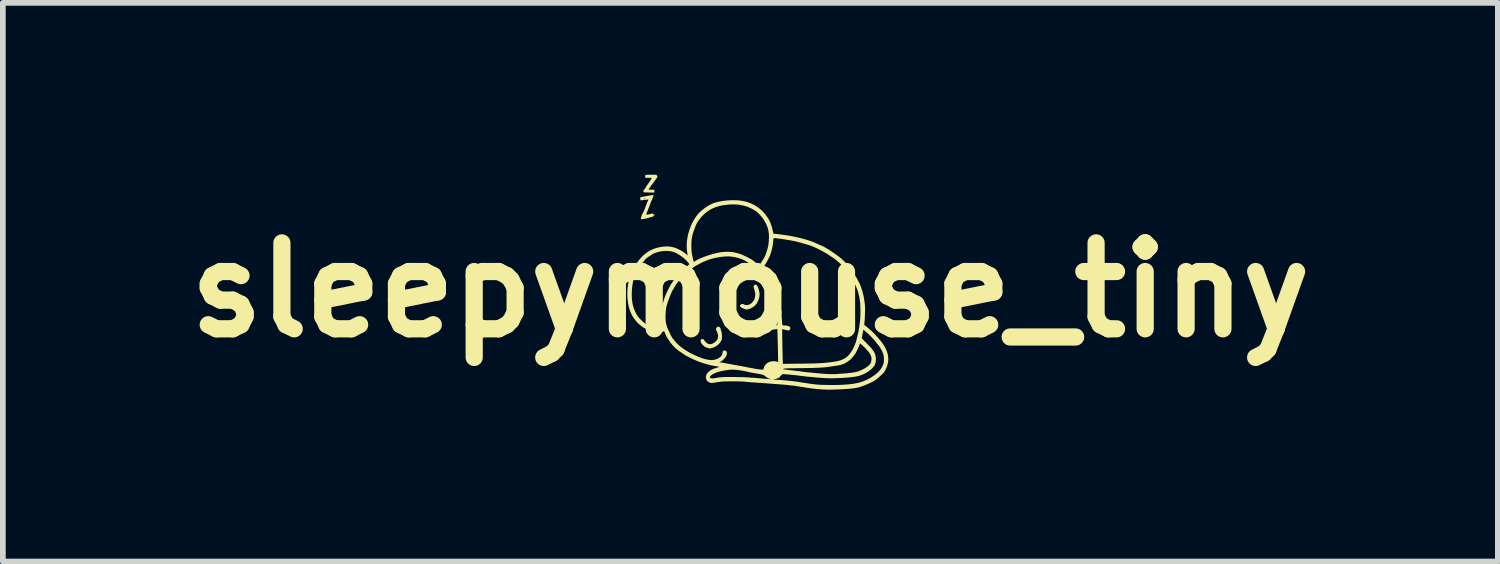
<source format=kicad_pcb>
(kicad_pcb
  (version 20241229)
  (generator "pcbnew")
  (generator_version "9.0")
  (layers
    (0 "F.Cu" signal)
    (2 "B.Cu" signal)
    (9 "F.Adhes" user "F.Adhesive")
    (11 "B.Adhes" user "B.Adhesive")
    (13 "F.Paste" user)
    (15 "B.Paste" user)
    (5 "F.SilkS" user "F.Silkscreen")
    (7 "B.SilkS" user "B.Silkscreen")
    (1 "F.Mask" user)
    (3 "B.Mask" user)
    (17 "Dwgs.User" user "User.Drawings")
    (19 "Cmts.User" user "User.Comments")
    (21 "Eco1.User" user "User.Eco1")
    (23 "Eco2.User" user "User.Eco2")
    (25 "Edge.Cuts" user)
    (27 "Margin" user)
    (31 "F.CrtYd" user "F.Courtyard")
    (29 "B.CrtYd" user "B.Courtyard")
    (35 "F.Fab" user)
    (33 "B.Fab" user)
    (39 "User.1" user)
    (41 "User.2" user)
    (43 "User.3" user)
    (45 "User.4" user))
  (footprint "sleepymouse_tiny"
    (layer "F.Cu")
    (at 10.05 2.012)
    (property "Reference" "sleepymouse_tiny" (at 0 0 0) (layer "F.SilkS") (effects (font (size 1.5 1.5) (thickness 0.3))))
    (attr board_only exclude_from_pos_files exclude_from_bom)
    (fp_poly (pts (xy 0.106 -0.087) (xy 0.119 -0.073) (xy 0.125 -0.063) (xy 0.133 -0.044) (xy 0.142 -0.018) (xy 0.15 0.009) (xy 0.156 0.036) (xy 0.16 0.059) (xy 0.161 0.072) (xy 0.158 0.112) (xy 0.148 0.154) (xy 0.133 0.194) (xy 0.114 0.231) (xy 0.091 0.261) (xy 0.079 0.274) (xy 0.052 0.295) (xy 0.022 0.313) (xy -0.009 0.328) (xy -0.038 0.337) (xy -0.064 0.341) (xy -0.086 0.339) (xy -0.09 0.337) (xy -0.1 0.333) (xy -0.115 0.327) (xy -0.128 0.322) (xy -0.155 0.31) (xy -0.173 0.297) (xy -0.18 0.284) (xy -0.179 0.27) (xy -0.169 0.256) (xy -0.153 0.246) (xy -0.134 0.245) (xy -0.115 0.251) (xy -0.111 0.254) (xy -0.095 0.261) (xy -0.073 0.264) (xy -0.049 0.263) (xy -0.024 0.257) (xy -0.012 0.252) (xy 0.017 0.233) (xy 0.043 0.207) (xy 0.064 0.175) (xy 0.075 0.149) (xy 0.085 0.105) (xy 0.085 0.06) (xy 0.078 0.024) (xy 0.069 -0.007) (xy 0.063 -0.03) (xy 0.059 -0.046) (xy 0.057 -0.058) (xy 0.057 -0.066) (xy 0.059 -0.071) (xy 0.061 -0.076) (xy 0.063 -0.078) (xy 0.076 -0.09) (xy 0.091 -0.093)) (stroke (width 0) (type solid)) (fill yes) (layer "F.SilkS"))
    (fp_poly (pts (xy -0.545 0.644) (xy -0.532 0.655) (xy -0.522 0.67) (xy -0.52 0.677) (xy -0.517 0.689) (xy -0.513 0.706) (xy -0.507 0.725) (xy -0.506 0.728) (xy -0.5 0.754) (xy -0.497 0.781) (xy -0.496 0.813) (xy -0.496 0.836) (xy -0.497 0.852) (xy -0.5 0.865) (xy -0.504 0.877) (xy -0.512 0.892) (xy -0.513 0.894) (xy -0.539 0.932) (xy -0.572 0.964) (xy -0.613 0.991) (xy -0.66 1.01) (xy -0.669 1.013) (xy -0.688 1.018) (xy -0.703 1.02) (xy -0.718 1.019) (xy -0.738 1.014) (xy -0.741 1.013) (xy -0.774 1.002) (xy -0.801 0.987) (xy -0.826 0.965) (xy -0.827 0.964) (xy -0.85 0.938) (xy -0.863 0.914) (xy -0.869 0.893) (xy -0.866 0.875) (xy -0.859 0.865) (xy -0.846 0.857) (xy -0.831 0.856) (xy -0.818 0.862) (xy -0.811 0.871) (xy -0.801 0.884) (xy -0.796 0.891) (xy -0.773 0.918) (xy -0.746 0.937) (xy -0.718 0.946) (xy -0.688 0.946) (xy -0.657 0.936) (xy -0.626 0.917) (xy -0.608 0.901) (xy -0.591 0.884) (xy -0.58 0.87) (xy -0.573 0.856) (xy -0.569 0.845) (xy -0.565 0.828) (xy -0.562 0.812) (xy -0.562 0.805) (xy -0.563 0.793) (xy -0.567 0.775) (xy -0.573 0.755) (xy -0.58 0.736) (xy -0.586 0.72) (xy -0.592 0.71) (xy -0.593 0.708) (xy -0.598 0.699) (xy -0.601 0.686) (xy -0.601 0.685) (xy -0.597 0.669) (xy -0.586 0.654) (xy -0.573 0.643) (xy -0.559 0.64)) (stroke (width 0) (type solid)) (fill yes) (layer "F.SilkS"))
    (fp_poly (pts (xy -1.631 -1.996) (xy -1.624 -1.984) (xy -1.622 -1.974) (xy -1.626 -1.965) (xy -1.636 -1.952) (xy -1.639 -1.948) (xy -1.651 -1.932) (xy -1.665 -1.913) (xy -1.674 -1.9) (xy -1.687 -1.881) (xy -1.703 -1.859) (xy -1.712 -1.848) (xy -1.724 -1.831) (xy -1.737 -1.814) (xy -1.743 -1.804) (xy -1.754 -1.789) (xy -1.765 -1.774) (xy -1.767 -1.772) (xy -1.774 -1.762) (xy -1.776 -1.755) (xy -1.775 -1.754) (xy -1.769 -1.753) (xy -1.756 -1.751) (xy -1.737 -1.75) (xy -1.727 -1.75) (xy -1.707 -1.75) (xy -1.691 -1.749) (xy -1.681 -1.749) (xy -1.679 -1.749) (xy -1.677 -1.744) (xy -1.675 -1.733) (xy -1.675 -1.724) (xy -1.675 -1.7) (xy -1.732 -1.701) (xy -1.761 -1.701) (xy -1.79 -1.702) (xy -1.817 -1.703) (xy -1.831 -1.703) (xy -1.851 -1.704) (xy -1.863 -1.706) (xy -1.868 -1.708) (xy -1.869 -1.712) (xy -1.868 -1.712) (xy -1.866 -1.723) (xy -1.866 -1.734) (xy -1.863 -1.745) (xy -1.856 -1.75) (xy -1.848 -1.756) (xy -1.839 -1.768) (xy -1.836 -1.774) (xy -1.828 -1.79) (xy -1.816 -1.809) (xy -1.811 -1.817) (xy -1.785 -1.854) (xy -1.763 -1.886) (xy -1.745 -1.913) (xy -1.732 -1.933) (xy -1.724 -1.947) (xy -1.722 -1.954) (xy -1.722 -1.954) (xy -1.728 -1.956) (xy -1.741 -1.957) (xy -1.76 -1.958) (xy -1.78 -1.958) (xy -1.836 -1.958) (xy -1.836 -1.982) (xy -1.836 -1.997) (xy -1.833 -2.004) (xy -1.827 -2.008) (xy -1.821 -2.009) (xy -1.811 -2.01) (xy -1.793 -2.011) (xy -1.77 -2.012) (xy -1.743 -2.012) (xy -1.723 -2.012) (xy -1.641 -2.012)) (stroke (width 0) (type solid)) (fill yes) (layer "F.SilkS"))
    (fp_poly (pts (xy -1.697 -1.629) (xy -1.703 -1.614) (xy -1.708 -1.602) (xy -1.709 -1.597) (xy -1.711 -1.59) (xy -1.716 -1.578) (xy -1.724 -1.561) (xy -1.726 -1.557) (xy -1.734 -1.538) (xy -1.741 -1.522) (xy -1.745 -1.51) (xy -1.746 -1.509) (xy -1.749 -1.5) (xy -1.755 -1.484) (xy -1.762 -1.464) (xy -1.771 -1.441) (xy -1.78 -1.419) (xy -1.788 -1.398) (xy -1.794 -1.382) (xy -1.797 -1.375) (xy -1.808 -1.35) (xy -1.814 -1.333) (xy -1.816 -1.322) (xy -1.813 -1.316) (xy -1.807 -1.314) (xy -1.805 -1.314) (xy -1.793 -1.315) (xy -1.777 -1.318) (xy -1.758 -1.323) (xy -1.742 -1.327) (xy -1.73 -1.332) (xy -1.726 -1.334) (xy -1.717 -1.335) (xy -1.706 -1.333) (xy -1.696 -1.328) (xy -1.693 -1.321) (xy -1.693 -1.316) (xy -1.693 -1.307) (xy -1.688 -1.304) (xy -1.682 -1.306) (xy -1.683 -1.315) (xy -1.683 -1.316) (xy -1.683 -1.326) (xy -1.679 -1.328) (xy -1.674 -1.323) (xy -1.673 -1.32) (xy -1.674 -1.31) (xy -1.68 -1.298) (xy -1.69 -1.287) (xy -1.693 -1.285) (xy -1.701 -1.282) (xy -1.716 -1.277) (xy -1.737 -1.271) (xy -1.761 -1.264) (xy -1.771 -1.261) (xy -1.802 -1.252) (xy -1.832 -1.245) (xy -1.86 -1.24) (xy -1.883 -1.237) (xy -1.9 -1.236) (xy -1.909 -1.237) (xy -1.91 -1.238) (xy -1.911 -1.245) (xy -1.909 -1.258) (xy -1.905 -1.275) (xy -1.9 -1.293) (xy -1.893 -1.31) (xy -1.889 -1.319) (xy -1.871 -1.353) (xy -1.857 -1.383) (xy -1.844 -1.412) (xy -1.832 -1.446) (xy -1.831 -1.449) (xy -1.822 -1.473) (xy -1.813 -1.498) (xy -1.805 -1.518) (xy -1.8 -1.529) (xy -1.793 -1.546) (xy -1.787 -1.56) (xy -1.785 -1.567) (xy -1.781 -1.579) (xy -1.822 -1.575) (xy -1.845 -1.573) (xy -1.869 -1.57) (xy -1.887 -1.567) (xy -1.889 -1.567) (xy -1.904 -1.565) (xy -1.915 -1.564) (xy -1.918 -1.565) (xy -1.92 -1.571) (xy -1.921 -1.584) (xy -1.922 -1.593) (xy -1.922 -1.6) (xy -1.874 -1.6) (xy -1.873 -1.597) (xy -1.87 -1.597) (xy -1.867 -1.598) (xy -1.859 -1.598) (xy -1.854 -1.597) (xy -1.85 -1.597) (xy -1.84 -1.599) (xy -1.836 -1.602) (xy -1.84 -1.606) (xy -1.849 -1.605) (xy -1.856 -1.602) (xy -1.859 -1.598) (xy -1.867 -1.598) (xy -1.866 -1.599) (xy -1.867 -1.6) (xy -1.873 -1.601) (xy -1.874 -1.6) (xy -1.922 -1.6) (xy -1.922 -1.619) (xy -1.902 -1.622) (xy -1.89 -1.625) (xy -1.871 -1.628) (xy -1.847 -1.633) (xy -1.821 -1.638) (xy -1.817 -1.638) (xy -1.79 -1.643) (xy -1.762 -1.648) (xy -1.737 -1.652) (xy -1.719 -1.654) (xy -1.718 -1.654) (xy -1.685 -1.657)) (stroke (width 0) (type solid)) (fill yes) (layer "F.SilkS"))
    (fp_poly (pts (xy -0.222 -1.565) (xy -0.154 -1.557) (xy -0.093 -1.545) (xy -0.076 -1.541) (xy 0.001 -1.515) (xy 0.072 -1.481) (xy 0.136 -1.44) (xy 0.195 -1.391) (xy 0.248 -1.336) (xy 0.289 -1.282) (xy 0.324 -1.227) (xy 0.351 -1.169) (xy 0.373 -1.106) (xy 0.391 -1.036) (xy 0.391 -1.035) (xy 0.402 -0.983) (xy 0.476 -0.975) (xy 0.565 -0.964) (xy 0.647 -0.952) (xy 0.722 -0.939) (xy 0.791 -0.925) (xy 0.857 -0.91) (xy 0.921 -0.894) (xy 0.962 -0.882) (xy 1.008 -0.868) (xy 1.046 -0.855) (xy 1.078 -0.844) (xy 1.105 -0.834) (xy 1.128 -0.824) (xy 1.13 -0.823) (xy 1.163 -0.808) (xy 1.188 -0.796) (xy 1.207 -0.788) (xy 1.22 -0.782) (xy 1.229 -0.779) (xy 1.234 -0.777) (xy 1.236 -0.777) (xy 1.245 -0.774) (xy 1.26 -0.766) (xy 1.282 -0.755) (xy 1.308 -0.74) (xy 1.337 -0.722) (xy 1.369 -0.703) (xy 1.402 -0.682) (xy 1.434 -0.66) (xy 1.466 -0.639) (xy 1.495 -0.619) (xy 1.515 -0.604) (xy 1.533 -0.59) (xy 1.553 -0.576) (xy 1.565 -0.567) (xy 1.58 -0.555) (xy 1.598 -0.538) (xy 1.619 -0.519) (xy 1.641 -0.498) (xy 1.661 -0.478) (xy 1.678 -0.459) (xy 1.69 -0.445) (xy 1.695 -0.44) (xy 1.706 -0.424) (xy 1.719 -0.409) (xy 1.72 -0.408) (xy 1.731 -0.395) (xy 1.743 -0.379) (xy 1.758 -0.358) (xy 1.777 -0.33) (xy 1.796 -0.301) (xy 1.81 -0.28) (xy 1.823 -0.259) (xy 1.835 -0.242) (xy 1.839 -0.235) (xy 1.85 -0.218) (xy 1.863 -0.196) (xy 1.876 -0.17) (xy 1.89 -0.144) (xy 1.903 -0.119) (xy 1.913 -0.097) (xy 1.92 -0.081) (xy 1.921 -0.077) (xy 1.927 -0.062) (xy 1.934 -0.042) (xy 1.942 -0.021) (xy 1.943 -0.017) (xy 1.955 0.02) (xy 1.967 0.066) (xy 1.979 0.119) (xy 1.989 0.18) (xy 1.993 0.208) (xy 1.996 0.233) (xy 1.999 0.255) (xy 2.001 0.276) (xy 2.002 0.299) (xy 2.002 0.325) (xy 2.002 0.356) (xy 2.001 0.395) (xy 2.001 0.4) (xy 2 0.437) (xy 1.998 0.472) (xy 1.997 0.506) (xy 1.995 0.534) (xy 1.993 0.556) (xy 1.992 0.564) (xy 1.987 0.608) (xy 2.005 0.622) (xy 2.033 0.645) (xy 2.062 0.67) (xy 2.091 0.695) (xy 2.118 0.719) (xy 2.142 0.742) (xy 2.16 0.76) (xy 2.166 0.766) (xy 2.184 0.786) (xy 2.203 0.807) (xy 2.221 0.826) (xy 2.222 0.828) (xy 2.277 0.892) (xy 2.322 0.954) (xy 2.358 1.015) (xy 2.384 1.075) (xy 2.401 1.134) (xy 2.408 1.192) (xy 2.406 1.249) (xy 2.397 1.294) (xy 2.39 1.32) (xy 2.379 1.349) (xy 2.366 1.378) (xy 2.354 1.405) (xy 2.343 1.424) (xy 2.33 1.441) (xy 2.311 1.462) (xy 2.287 1.485) (xy 2.26 1.51) (xy 2.232 1.534) (xy 2.204 1.557) (xy 2.178 1.576) (xy 2.157 1.59) (xy 2.152 1.593) (xy 2.114 1.612) (xy 2.081 1.628) (xy 2.05 1.642) (xy 2.02 1.655) (xy 1.988 1.668) (xy 1.95 1.681) (xy 1.906 1.696) (xy 1.905 1.697) (xy 1.882 1.703) (xy 1.852 1.709) (xy 1.817 1.715) (xy 1.777 1.72) (xy 1.751 1.723) (xy 1.724 1.726) (xy 1.689 1.728) (xy 1.65 1.731) (xy 1.606 1.733) (xy 1.561 1.735) (xy 1.515 1.737) (xy 1.469 1.739) (xy 1.427 1.74) (xy 1.389 1.741) (xy 1.357 1.741) (xy 1.332 1.74) (xy 1.326 1.74) (xy 1.259 1.737) (xy 1.197 1.732) (xy 1.139 1.727) (xy 1.082 1.721) (xy 1.024 1.713) (xy 0.961 1.703) (xy 0.891 1.692) (xy 0.884 1.691) (xy 0.851 1.685) (xy 0.816 1.68) (xy 0.783 1.675) (xy 0.754 1.672) (xy 0.742 1.67) (xy 0.719 1.668) (xy 0.7 1.666) (xy 0.685 1.664) (xy 0.679 1.663) (xy 0.672 1.662) (xy 0.656 1.66) (xy 0.632 1.658) (xy 0.602 1.655) (xy 0.565 1.652) (xy 0.524 1.649) (xy 0.478 1.645) (xy 0.429 1.642) (xy 0.378 1.638) (xy 0.326 1.634) (xy 0.273 1.63) (xy 0.221 1.626) (xy 0.171 1.622) (xy 0.123 1.619) (xy 0.078 1.616) (xy 0.049 1.614) (xy 0.014 1.612) (xy -0.02 1.609) (xy -0.052 1.606) (xy -0.079 1.604) (xy -0.099 1.602) (xy -0.103 1.601) (xy -0.121 1.599) (xy -0.147 1.598) (xy -0.18 1.597) (xy -0.218 1.596) (xy -0.259 1.595) (xy -0.302 1.595) (xy -0.345 1.595) (xy -0.387 1.596) (xy -0.427 1.597) (xy -0.461 1.598) (xy -0.49 1.599) (xy -0.511 1.601) (xy -0.513 1.601) (xy -0.537 1.605) (xy -0.567 1.609) (xy -0.598 1.614) (xy -0.619 1.617) (xy -0.644 1.621) (xy -0.662 1.623) (xy -0.676 1.624) (xy -0.687 1.623) (xy -0.697 1.621) (xy -0.705 1.619) (xy -0.733 1.606) (xy -0.754 1.588) (xy -0.769 1.565) (xy -0.77 1.561) (xy 0.369 1.561) (xy 0.376 1.562) (xy 0.381 1.561) (xy 0.397 1.561) (xy 0.403 1.562) (xy 0.416 1.564) (xy 0.437 1.566) (xy 0.462 1.568) (xy 0.492 1.57) (xy 0.501 1.57) (xy 0.549 1.574) (xy 0.599 1.578) (xy 0.65 1.583) (xy 0.699 1.588) (xy 0.745 1.593) (xy 0.786 1.598) (xy 0.819 1.602) (xy 0.83 1.604) (xy 0.847 1.607) (xy 0.866 1.61) (xy 0.886 1.613) (xy 0.911 1.617) (xy 0.94 1.622) (xy 0.976 1.627) (xy 1.019 1.634) (xy 1.05 1.638) (xy 1.085 1.643) (xy 1.124 1.648) (xy 1.162 1.652) (xy 1.196 1.654) (xy 1.204 1.655) (xy 1.25 1.657) (xy 1.304 1.658) (xy 1.362 1.659) (xy 1.422 1.66) (xy 1.482 1.659) (xy 1.539 1.658) (xy 1.59 1.657) (xy 1.619 1.655) (xy 1.694 1.65) (xy 1.762 1.643) (xy 1.822 1.634) (xy 1.878 1.623) (xy 1.929 1.609) (xy 1.979 1.591) (xy 2.027 1.571) (xy 2.041 1.564) (xy 2.111 1.526) (xy 2.171 1.486) (xy 2.222 1.444) (xy 2.264 1.399) (xy 2.297 1.351) (xy 2.318 1.304) (xy 2.325 1.286) (xy 2.328 1.271) (xy 2.331 1.255) (xy 2.331 1.236) (xy 2.332 1.211) (xy 2.331 1.182) (xy 2.329 1.159) (xy 2.325 1.139) (xy 2.319 1.117) (xy 2.319 1.115) (xy 2.308 1.087) (xy 2.293 1.055) (xy 2.275 1.022) (xy 2.256 0.992) (xy 2.237 0.966) (xy 2.229 0.957) (xy 2.215 0.941) (xy 2.202 0.924) (xy 2.196 0.916) (xy 2.188 0.905) (xy 2.175 0.89) (xy 2.159 0.87) (xy 2.14 0.849) (xy 2.131 0.839) (xy 2.106 0.814) (xy 2.083 0.791) (xy 2.06 0.768) (xy 2.034 0.745) (xy 2.002 0.718) (xy 1.989 0.707) (xy 1.973 0.693) (xy 1.971 0.704) (xy 1.969 0.714) (xy 1.966 0.73) (xy 1.962 0.751) (xy 1.958 0.769) (xy 1.954 0.792) (xy 1.95 0.812) (xy 1.947 0.827) (xy 1.946 0.834) (xy 1.946 0.838) (xy 1.949 0.844) (xy 1.955 0.853) (xy 1.966 0.866) (xy 1.982 0.883) (xy 2.004 0.905) (xy 2.023 0.924) (xy 2.046 0.947) (xy 2.067 0.969) (xy 2.085 0.987) (xy 2.099 1.002) (xy 2.108 1.011) (xy 2.11 1.014) (xy 2.134 1.046) (xy 2.153 1.073) (xy 2.167 1.097) (xy 2.177 1.12) (xy 2.184 1.143) (xy 2.187 1.156) (xy 2.192 1.191) (xy 2.191 1.229) (xy 2.186 1.266) (xy 2.176 1.299) (xy 2.167 1.318) (xy 2.146 1.347) (xy 2.117 1.378) (xy 2.082 1.407) (xy 2.041 1.435) (xy 1.997 1.46) (xy 1.985 1.466) (xy 1.953 1.48) (xy 1.921 1.492) (xy 1.887 1.502) (xy 1.85 1.51) (xy 1.808 1.517) (xy 1.76 1.523) (xy 1.705 1.528) (xy 1.673 1.531) (xy 1.598 1.536) (xy 1.531 1.539) (xy 1.468 1.541) (xy 1.408 1.542) (xy 1.348 1.541) (xy 1.286 1.538) (xy 1.22 1.534) (xy 1.149 1.528) (xy 1.099 1.523) (xy 1.055 1.519) (xy 1.012 1.515) (xy 0.972 1.511) (xy 0.937 1.507) (xy 0.906 1.503) (xy 0.881 1.5) (xy 0.864 1.498) (xy 0.857 1.497) (xy 0.848 1.495) (xy 0.832 1.493) (xy 0.812 1.491) (xy 0.798 1.49) (xy 0.774 1.487) (xy 0.744 1.484) (xy 0.712 1.481) (xy 0.681 1.478) (xy 0.654 1.475) (xy 0.627 1.473) (xy 0.604 1.471) (xy 0.588 1.47) (xy 0.586 1.47) (xy 0.571 1.47) (xy 0.561 1.472) (xy 0.552 1.478) (xy 0.541 1.488) (xy 0.533 1.495) (xy 0.521 1.508) (xy 0.512 1.519) (xy 0.508 1.525) (xy 0.508 1.525) (xy 0.504 1.53) (xy 0.492 1.536) (xy 0.476 1.543) (xy 0.457 1.549) (xy 0.439 1.554) (xy 0.424 1.556) (xy 0.409 1.558) (xy 0.4 1.56) (xy 0.397 1.561) (xy 0.381 1.561) (xy 0.383 1.561) (xy 0.382 1.56) (xy 0.372 1.559) (xy 0.37 1.56) (xy 0.369 1.561) (xy -0.77 1.561) (xy -0.776 1.539) (xy -0.776 1.522) (xy -0.708 1.522) (xy -0.704 1.533) (xy -0.691 1.541) (xy -0.671 1.544) (xy -0.645 1.544) (xy -0.613 1.539) (xy -0.601 1.537) (xy -0.578 1.532) (xy -0.553 1.528) (xy -0.527 1.525) (xy -0.497 1.523) (xy -0.463 1.521) (xy -0.423 1.52) (xy -0.377 1.52) (xy -0.323 1.52) (xy -0.269 1.52) (xy -0.225 1.521) (xy -0.185 1.522) (xy -0.148 1.522) (xy -0.116 1.523) (xy -0.089 1.524) (xy -0.07 1.525) (xy -0.06 1.525) (xy -0.059 1.525) (xy -0.048 1.526) (xy -0.03 1.528) (xy -0.006 1.53) (xy 0.022 1.532) (xy 0.046 1.533) (xy 0.078 1.535) (xy 0.109 1.538) (xy 0.137 1.54) (xy 0.16 1.542) (xy 0.171 1.543) (xy 0.192 1.545) (xy 0.218 1.548) (xy 0.246 1.55) (xy 0.264 1.551) (xy 0.286 1.552) (xy 0.304 1.553) (xy 0.317 1.554) (xy 0.321 1.555) (xy 0.326 1.556) (xy 0.337 1.556) (xy 0.343 1.557) (xy 0.364 1.557) (xy 0.345 1.553) (xy 0.317 1.543) (xy 0.287 1.527) (xy 0.261 1.507) (xy 0.256 1.503) (xy 0.247 1.496) (xy 0.237 1.489) (xy 0.225 1.484) (xy 0.21 1.479) (xy 0.189 1.474) (xy 0.163 1.469) (xy 0.129 1.462) (xy 0.1 1.458) (xy 0.053 1.449) (xy 0.006 1.441) (xy -0.036 1.432) (xy -0.051 1.428) (xy -0.127 1.412) (xy -0.194 1.401) (xy -0.256 1.394) (xy -0.311 1.391) (xy -0.363 1.393) (xy -0.408 1.399) (xy -0.465 1.409) (xy -0.514 1.419) (xy -0.555 1.429) (xy -0.589 1.44) (xy -0.619 1.452) (xy -0.645 1.465) (xy -0.652 1.469) (xy -0.679 1.486) (xy -0.697 1.501) (xy -0.706 1.514) (xy -0.708 1.522) (xy -0.776 1.522) (xy -0.776 1.511) (xy -0.768 1.482) (xy -0.752 1.453) (xy -0.733 1.432) (xy -0.707 1.411) (xy -0.676 1.392) (xy -0.639 1.375) (xy -0.593 1.36) (xy -0.562 1.351) (xy -0.55 1.348) (xy -0.544 1.345) (xy -0.543 1.343) (xy -0.548 1.341) (xy -0.56 1.338) (xy -0.58 1.334) (xy -0.609 1.33) (xy -0.615 1.329) (xy -0.663 1.32) (xy -0.714 1.309) (xy -0.766 1.295) (xy -0.818 1.28) (xy -0.866 1.264) (xy -0.909 1.248) (xy -0.934 1.238) (xy -0.953 1.229) (xy -0.97 1.222) (xy -0.98 1.217) (xy -0.984 1.216) (xy -0.989 1.214) (xy -1.001 1.208) (xy -1.019 1.2) (xy -1.039 1.19) (xy -1.061 1.179) (xy -1.083 1.168) (xy -1.103 1.158) (xy -1.118 1.15) (xy -1.123 1.148) (xy -1.141 1.137) (xy -1.158 1.126) (xy -1.167 1.119) (xy -1.18 1.11) (xy -1.197 1.098) (xy -1.216 1.086) (xy -1.217 1.085) (xy -1.248 1.065) (xy -1.281 1.038) (xy -1.314 1.009) (xy -1.345 0.978) (xy -1.372 0.948) (xy -1.394 0.92) (xy -1.398 0.914) (xy -1.41 0.895) (xy -1.424 0.876) (xy -1.432 0.864) (xy -1.446 0.845) (xy -1.458 0.825) (xy -1.47 0.801) (xy -1.483 0.771) (xy -1.486 0.764) (xy -1.502 0.725) (xy -1.522 0.726) (xy -1.575 0.728) (xy -1.621 0.729) (xy -1.659 0.727) (xy -1.691 0.724) (xy -1.715 0.719) (xy -1.737 0.713) (xy -1.755 0.708) (xy -1.771 0.702) (xy -1.791 0.694) (xy -1.815 0.683) (xy -1.822 0.68) (xy -1.872 0.653) (xy -1.921 0.617) (xy -1.968 0.574) (xy -2.011 0.525) (xy -2.049 0.472) (xy -2.078 0.42) (xy -2.104 0.358) (xy -2.124 0.29) (xy -2.138 0.217) (xy -2.146 0.141) (xy -2.148 0.089) (xy -2.071 0.089) (xy -2.071 0.092) (xy -2.067 0.17) (xy -2.057 0.242) (xy -2.039 0.31) (xy -2.014 0.373) (xy -1.997 0.408) (xy -1.985 0.429) (xy -1.975 0.445) (xy -1.966 0.459) (xy -1.956 0.472) (xy -1.944 0.486) (xy -1.928 0.503) (xy -1.906 0.525) (xy -1.901 0.53) (xy -1.863 0.566) (xy -1.825 0.594) (xy -1.785 0.616) (xy -1.74 0.633) (xy -1.688 0.647) (xy -1.678 0.65) (xy -1.667 0.651) (xy -1.65 0.652) (xy -1.629 0.652) (xy -1.607 0.652) (xy -1.584 0.652) (xy -1.565 0.652) (xy -1.55 0.651) (xy -1.542 0.649) (xy -1.541 0.649) (xy -1.541 0.644) (xy -1.543 0.631) (xy -1.545 0.614) (xy -1.546 0.608) (xy -1.551 0.568) (xy -1.555 0.523) (xy -1.556 0.474) (xy -1.556 0.464) (xy -1.481 0.464) (xy -1.48 0.51) (xy -1.477 0.549) (xy -1.471 0.585) (xy -1.462 0.62) (xy -1.457 0.637) (xy -1.451 0.655) (xy -1.441 0.679) (xy -1.429 0.706) (xy -1.416 0.734) (xy -1.402 0.763) (xy -1.389 0.79) (xy -1.376 0.814) (xy -1.366 0.832) (xy -1.358 0.844) (xy -1.357 0.845) (xy -1.348 0.856) (xy -1.336 0.87) (xy -1.325 0.884) (xy -1.296 0.919) (xy -1.265 0.951) (xy -1.228 0.983) (xy -1.185 1.016) (xy -1.163 1.031) (xy -1.137 1.048) (xy -1.115 1.063) (xy -1.093 1.076) (xy -1.07 1.089) (xy -1.043 1.103) (xy -1.011 1.12) (xy -0.991 1.129) (xy -0.917 1.163) (xy -0.849 1.19) (xy -0.786 1.209) (xy -0.73 1.22) (xy -0.679 1.224) (xy -0.637 1.221) (xy -0.601 1.212) (xy -0.565 1.197) (xy -0.534 1.178) (xy -0.526 1.171) (xy -0.509 1.153) (xy -0.495 1.131) (xy -0.486 1.106) (xy -0.484 1.088) (xy -0.48 1.071) (xy -0.469 1.059) (xy -0.453 1.055) (xy -0.453 1.055) (xy -0.438 1.059) (xy -0.423 1.069) (xy -0.412 1.081) (xy -0.411 1.084) (xy -0.409 1.1) (xy -0.411 1.121) (xy -0.417 1.143) (xy -0.423 1.159) (xy -0.434 1.175) (xy -0.45 1.194) (xy -0.47 1.214) (xy -0.491 1.233) (xy -0.509 1.247) (xy -0.52 1.253) (xy -0.545 1.265) (xy -0.527 1.265) (xy -0.518 1.266) (xy -0.5 1.268) (xy -0.476 1.272) (xy -0.448 1.277) (xy -0.417 1.283) (xy -0.408 1.285) (xy -0.368 1.292) (xy -0.323 1.3) (xy -0.277 1.309) (xy -0.234 1.316) (xy -0.205 1.321) (xy -0.173 1.327) (xy -0.142 1.332) (xy -0.115 1.337) (xy -0.094 1.342) (xy -0.079 1.345) (xy -0.078 1.345) (xy -0.058 1.35) (xy -0.038 1.354) (xy -0.029 1.355) (xy -0.015 1.357) (xy 0.006 1.361) (xy 0.029 1.366) (xy 0.043 1.368) (xy 0.083 1.376) (xy 0.121 1.382) (xy 0.156 1.387) (xy 0.185 1.39) (xy 0.201 1.391) (xy 0.224 1.392) (xy 0.227 1.38) (xy 0.576 1.38) (xy 0.577 1.386) (xy 0.577 1.387) (xy 0.583 1.388) (xy 0.597 1.389) (xy 0.617 1.391) (xy 0.642 1.394) (xy 0.67 1.398) (xy 0.7 1.401) (xy 0.73 1.405) (xy 0.759 1.408) (xy 0.784 1.411) (xy 0.805 1.413) (xy 0.808 1.414) (xy 0.835 1.417) (xy 0.862 1.42) (xy 0.885 1.424) (xy 0.901 1.426) (xy 0.916 1.428) (xy 0.939 1.431) (xy 0.966 1.434) (xy 0.995 1.437) (xy 1.006 1.438) (xy 1.041 1.441) (xy 1.08 1.445) (xy 1.119 1.449) (xy 1.153 1.453) (xy 1.155 1.453) (xy 1.235 1.46) (xy 1.308 1.466) (xy 1.373 1.469) (xy 1.434 1.47) (xy 1.49 1.469) (xy 1.543 1.465) (xy 1.572 1.463) (xy 1.602 1.461) (xy 1.63 1.459) (xy 1.643 1.458) (xy 1.69 1.454) (xy 1.736 1.449) (xy 1.78 1.444) (xy 1.819 1.437) (xy 1.852 1.43) (xy 1.878 1.424) (xy 1.885 1.421) (xy 1.945 1.396) (xy 1.996 1.37) (xy 2.039 1.341) (xy 2.056 1.327) (xy 2.074 1.311) (xy 2.087 1.297) (xy 2.096 1.285) (xy 2.102 1.271) (xy 2.105 1.264) (xy 2.115 1.225) (xy 2.115 1.187) (xy 2.105 1.148) (xy 2.086 1.111) (xy 2.075 1.095) (xy 2.034 1.046) (xy 1.994 1.002) (xy 1.949 0.961) (xy 1.938 0.952) (xy 1.916 0.933) (xy 1.9 0.973) (xy 1.892 0.993) (xy 1.882 1.015) (xy 1.871 1.039) (xy 1.859 1.062) (xy 1.849 1.083) (xy 1.84 1.1) (xy 1.834 1.11) (xy 1.831 1.113) (xy 1.827 1.119) (xy 1.819 1.129) (xy 1.811 1.142) (xy 1.776 1.185) (xy 1.735 1.225) (xy 1.688 1.259) (xy 1.637 1.287) (xy 1.584 1.307) (xy 1.546 1.316) (xy 1.535 1.317) (xy 1.516 1.32) (xy 1.492 1.324) (xy 1.464 1.328) (xy 1.433 1.332) (xy 1.402 1.337) (xy 1.373 1.341) (xy 1.347 1.345) (xy 1.327 1.348) (xy 1.323 1.348) (xy 1.293 1.351) (xy 1.253 1.354) (xy 1.204 1.357) (xy 1.145 1.359) (xy 1.077 1.362) (xy 1 1.363) (xy 0.915 1.365) (xy 0.867 1.365) (xy 0.806 1.366) (xy 0.754 1.367) (xy 0.71 1.367) (xy 0.674 1.368) (xy 0.645 1.369) (xy 0.622 1.37) (xy 0.605 1.371) (xy 0.593 1.372) (xy 0.584 1.374) (xy 0.579 1.376) (xy 0.577 1.378) (xy 0.576 1.38) (xy 0.227 1.38) (xy 0.232 1.366) (xy 0.247 1.329) (xy 0.27 1.298) (xy 0.299 1.273) (xy 0.334 1.256) (xy 0.374 1.246) (xy 0.408 1.244) (xy 0.429 1.245) (xy 0.45 1.248) (xy 0.464 1.252) (xy 0.485 1.259) (xy 0.482 1.097) (xy 0.481 1.051) (xy 0.48 1) (xy 0.479 0.948) (xy 0.477 0.898) (xy 0.476 0.852) (xy 0.475 0.812) (xy 0.475 0.809) (xy 0.472 0.683) (xy 0.442 0.686) (xy 0.425 0.689) (xy 0.402 0.692) (xy 0.376 0.697) (xy 0.354 0.701) (xy 0.33 0.706) (xy 0.308 0.71) (xy 0.29 0.712) (xy 0.28 0.713) (xy 0.262 0.709) (xy 0.25 0.698) (xy 0.245 0.682) (xy 0.245 0.677) (xy 0.248 0.667) (xy 0.254 0.659) (xy 0.267 0.652) (xy 0.269 0.651) (xy 0.286 0.645) (xy 0.307 0.638) (xy 0.322 0.635) (xy 0.341 0.631) (xy 0.359 0.627) (xy 0.369 0.625) (xy 0.38 0.622) (xy 0.399 0.62) (xy 0.42 0.617) (xy 0.427 0.617) (xy 0.471 0.613) (xy 0.473 0.552) (xy 0.471 0.46) (xy 0.462 0.369) (xy 0.444 0.278) (xy 0.419 0.185) (xy 0.385 0.09) (xy 0.343 -0.007) (xy 0.298 -0.095) (xy 0.276 -0.135) (xy 0.254 -0.171) (xy 0.229 -0.207) (xy 0.201 -0.245) (xy 0.18 -0.273) (xy 0.141 -0.321) (xy 0.104 -0.362) (xy 0.094 -0.371) (xy 0.209 -0.371) (xy 0.21 -0.364) (xy 0.217 -0.354) (xy 0.228 -0.339) (xy 0.281 -0.269) (xy 0.332 -0.189) (xy 0.381 -0.099) (xy 0.405 -0.052) (xy 0.447 0.039) (xy 0.481 0.13) (xy 0.508 0.222) (xy 0.528 0.316) (xy 0.543 0.415) (xy 0.551 0.521) (xy 0.552 0.529) (xy 0.554 0.563) (xy 0.556 0.587) (xy 0.558 0.603) (xy 0.56 0.613) (xy 0.562 0.616) (xy 0.571 0.618) (xy 0.585 0.62) (xy 0.596 0.62) (xy 0.628 0.622) (xy 0.654 0.627) (xy 0.675 0.634) (xy 0.688 0.643) (xy 0.689 0.644) (xy 0.697 0.661) (xy 0.697 0.679) (xy 0.687 0.695) (xy 0.686 0.696) (xy 0.676 0.704) (xy 0.664 0.708) (xy 0.647 0.706) (xy 0.626 0.701) (xy 0.606 0.695) (xy 0.585 0.69) (xy 0.578 0.689) (xy 0.555 0.685) (xy 0.558 0.917) (xy 0.559 0.967) (xy 0.56 1.016) (xy 0.561 1.064) (xy 0.562 1.108) (xy 0.563 1.147) (xy 0.563 1.181) (xy 0.564 1.207) (xy 0.565 1.22) (xy 0.568 1.291) (xy 0.837 1.287) (xy 0.891 1.287) (xy 0.946 1.286) (xy 0.999 1.285) (xy 1.049 1.284) (xy 1.096 1.283) (xy 1.137 1.282) (xy 1.172 1.281) (xy 1.198 1.28) (xy 1.204 1.279) (xy 1.272 1.275) (xy 1.339 1.269) (xy 1.401 1.262) (xy 1.458 1.254) (xy 1.509 1.245) (xy 1.553 1.235) (xy 1.567 1.23) (xy 1.601 1.218) (xy 1.636 1.201) (xy 1.668 1.181) (xy 1.695 1.161) (xy 1.702 1.154) (xy 1.735 1.117) (xy 1.766 1.073) (xy 1.795 1.022) (xy 1.82 0.967) (xy 1.842 0.91) (xy 1.858 0.852) (xy 1.864 0.827) (xy 1.87 0.802) (xy 1.875 0.78) (xy 1.878 0.769) (xy 1.884 0.742) (xy 1.89 0.707) (xy 1.897 0.667) (xy 1.904 0.624) (xy 1.91 0.58) (xy 1.913 0.562) (xy 1.916 0.527) (xy 1.919 0.487) (xy 1.921 0.442) (xy 1.922 0.395) (xy 1.922 0.347) (xy 1.921 0.301) (xy 1.919 0.259) (xy 1.917 0.222) (xy 1.913 0.193) (xy 1.913 0.19) (xy 1.9 0.118) (xy 1.885 0.056) (xy 1.87 0.003) (xy 1.861 -0.02) (xy 1.849 -0.049) (xy 1.834 -0.082) (xy 1.818 -0.115) (xy 1.802 -0.146) (xy 1.788 -0.173) (xy 1.78 -0.186) (xy 1.767 -0.206) (xy 1.752 -0.23) (xy 1.735 -0.255) (xy 1.718 -0.28) (xy 1.702 -0.304) (xy 1.688 -0.325) (xy 1.677 -0.341) (xy 1.669 -0.35) (xy 1.668 -0.352) (xy 1.658 -0.364) (xy 1.648 -0.379) (xy 1.646 -0.382) (xy 1.638 -0.393) (xy 1.632 -0.4) (xy 1.63 -0.4) (xy 1.625 -0.404) (xy 1.616 -0.413) (xy 1.602 -0.426) (xy 1.591 -0.438) (xy 1.561 -0.467) (xy 1.528 -0.497) (xy 1.493 -0.526) (xy 1.46 -0.551) (xy 1.441 -0.564) (xy 1.425 -0.574) (xy 1.404 -0.588) (xy 1.38 -0.603) (xy 1.355 -0.62) (xy 1.349 -0.624) (xy 1.308 -0.649) (xy 1.263 -0.674) (xy 1.216 -0.7) (xy 1.167 -0.724) (xy 1.119 -0.746) (xy 1.075 -0.764) (xy 1.035 -0.779) (xy 1.018 -0.784) (xy 1 -0.79) (xy 0.975 -0.797) (xy 0.946 -0.806) (xy 0.915 -0.815) (xy 0.898 -0.82) (xy 0.834 -0.837) (xy 0.767 -0.853) (xy 0.694 -0.867) (xy 0.615 -0.88) (xy 0.529 -0.893) (xy 0.496 -0.897) (xy 0.463 -0.901) (xy 0.44 -0.904) (xy 0.423 -0.905) (xy 0.412 -0.904) (xy 0.405 -0.899) (xy 0.402 -0.892) (xy 0.401 -0.88) (xy 0.4 -0.863) (xy 0.399 -0.855) (xy 0.394 -0.805) (xy 0.385 -0.751) (xy 0.373 -0.697) (xy 0.358 -0.646) (xy 0.343 -0.601) (xy 0.341 -0.597) (xy 0.333 -0.579) (xy 0.321 -0.555) (xy 0.308 -0.529) (xy 0.294 -0.504) (xy 0.279 -0.477) (xy 0.265 -0.454) (xy 0.25 -0.43) (xy 0.232 -0.405) (xy 0.211 -0.376) (xy 0.209 -0.371) (xy 0.094 -0.371) (xy 0.066 -0.398) (xy 0.027 -0.431) (xy -0.018 -0.464) (xy -0.037 -0.477) (xy -0.056 -0.489) (xy -0.079 -0.502) (xy -0.105 -0.516) (xy -0.13 -0.529) (xy -0.153 -0.539) (xy -0.17 -0.546) (xy -0.172 -0.546) (xy -0.226 -0.562) (xy -0.275 -0.573) (xy -0.318 -0.58) (xy -0.36 -0.585) (xy -0.402 -0.586) (xy -0.404 -0.586) (xy -0.463 -0.583) (xy -0.528 -0.575) (xy -0.599 -0.562) (xy -0.672 -0.545) (xy -0.713 -0.533) (xy -0.728 -0.528) (xy -0.748 -0.52) (xy -0.773 -0.511) (xy -0.799 -0.5) (xy -0.824 -0.489) (xy -0.846 -0.479) (xy -0.862 -0.471) (xy -0.867 -0.469) (xy -0.882 -0.46) (xy -0.901 -0.45) (xy -0.913 -0.443) (xy -0.938 -0.43) (xy -0.967 -0.411) (xy -0.999 -0.39) (xy -1.032 -0.367) (xy -1.062 -0.345) (xy -1.081 -0.33) (xy -1.103 -0.31) (xy -1.129 -0.286) (xy -1.156 -0.26) (xy -1.183 -0.233) (xy -1.208 -0.207) (xy -1.23 -0.183) (xy -1.247 -0.163) (xy -1.258 -0.149) (xy -1.27 -0.132) (xy -1.282 -0.116) (xy -1.29 -0.106) (xy -1.298 -0.094) (xy -1.309 -0.077) (xy -1.32 -0.057) (xy -1.323 -0.052) (xy -1.333 -0.033) (xy -1.344 -0.015) (xy -1.353 -0.002) (xy -1.355 0.000243) (xy -1.36 0.01) (xy -1.369 0.027) (xy -1.379 0.05) (xy -1.391 0.077) (xy -1.403 0.108) (xy -1.415 0.14) (xy -1.427 0.171) (xy -1.438 0.2) (xy -1.446 0.226) (xy -1.448 0.232) (xy -1.454 0.253) (xy -1.46 0.271) (xy -1.464 0.285) (xy -1.465 0.288) (xy -1.469 0.304) (xy -1.473 0.327) (xy -1.476 0.356) (xy -1.478 0.388) (xy -1.48 0.422) (xy -1.481 0.456) (xy -1.481 0.464) (xy -1.556 0.464) (xy -1.556 0.426) (xy -1.554 0.382) (xy -1.554 0.376) (xy -1.547 0.326) (xy -1.536 0.27) (xy -1.521 0.211) (xy -1.503 0.153) (xy -1.483 0.097) (xy -1.461 0.047) (xy -1.455 0.034) (xy -1.436 -0.003) (xy -1.419 -0.037) (xy -1.403 -0.068) (xy -1.389 -0.093) (xy -1.378 -0.112) (xy -1.371 -0.123) (xy -1.37 -0.124) (xy -1.347 -0.156) (xy -1.329 -0.181) (xy -1.314 -0.2) (xy -1.301 -0.216) (xy -1.29 -0.23) (xy -1.279 -0.243) (xy -1.272 -0.252) (xy -1.233 -0.294) (xy -1.196 -0.331) (xy -1.154 -0.369) (xy -1.15 -0.373) (xy -1.131 -0.39) (xy -1.111 -0.407) (xy -1.094 -0.422) (xy -1.088 -0.429) (xy -1.064 -0.45) (xy -1.085 -0.477) (xy -1.111 -0.508) (xy -1.142 -0.538) (xy -1.178 -0.568) (xy -1.214 -0.594) (xy -1.253 -0.62) (xy -1.287 -0.64) (xy -1.32 -0.655) (xy -1.354 -0.666) (xy -1.39 -0.675) (xy -1.391 -0.675) (xy -1.452 -0.682) (xy -1.515 -0.68) (xy -1.579 -0.671) (xy -1.641 -0.654) (xy -1.682 -0.638) (xy -1.698 -0.63) (xy -1.719 -0.618) (xy -1.741 -0.604) (xy -1.765 -0.588) (xy -1.787 -0.573) (xy -1.808 -0.558) (xy -1.825 -0.544) (xy -1.836 -0.534) (xy -1.841 -0.528) (xy -1.841 -0.527) (xy -1.844 -0.522) (xy -1.852 -0.512) (xy -1.864 -0.498) (xy -1.865 -0.497) (xy -1.88 -0.478) (xy -1.897 -0.457) (xy -1.908 -0.442) (xy -1.921 -0.421) (xy -1.937 -0.399) (xy -1.947 -0.383) (xy -1.962 -0.359) (xy -1.979 -0.329) (xy -1.996 -0.297) (xy -2.011 -0.265) (xy -2.023 -0.237) (xy -2.027 -0.225) (xy -2.046 -0.156) (xy -2.06 -0.081) (xy -2.068 0.000067) (xy -2.071 0.089) (xy -2.148 0.089) (xy -2.149 0.062) (xy -2.145 -0.018) (xy -2.135 -0.097) (xy -2.12 -0.175) (xy -2.099 -0.249) (xy -2.072 -0.319) (xy -2.061 -0.342) (xy -2.039 -0.384) (xy -2.011 -0.429) (xy -1.98 -0.474) (xy -1.948 -0.517) (xy -1.915 -0.556) (xy -1.885 -0.588) (xy -1.884 -0.589) (xy -1.827 -0.638) (xy -1.768 -0.679) (xy -1.705 -0.711) (xy -1.639 -0.734) (xy -1.567 -0.75) (xy -1.504 -0.758) (xy -1.456 -0.76) (xy -1.414 -0.758) (xy -1.372 -0.751) (xy -1.327 -0.74) (xy -1.276 -0.721) (xy -1.223 -0.695) (xy -1.172 -0.664) (xy -1.127 -0.63) (xy -1.119 -0.623) (xy -1.106 -0.611) (xy -1.099 -0.606) (xy -1.096 -0.606) (xy -1.096 -0.611) (xy -1.096 -0.611) (xy -1.108 -0.694) (xy -1.111 -0.767) (xy -1.03 -0.767) (xy -1.029 -0.72) (xy -1.026 -0.677) (xy -1.021 -0.635) (xy -1.013 -0.59) (xy -1.004 -0.552) (xy -0.999 -0.531) (xy -0.995 -0.513) (xy -0.992 -0.501) (xy -0.991 -0.497) (xy -0.989 -0.493) (xy -0.98 -0.496) (xy -0.965 -0.503) (xy -0.95 -0.512) (xy -0.913 -0.533) (xy -0.868 -0.554) (xy -0.817 -0.575) (xy -0.761 -0.595) (xy -0.703 -0.614) (xy -0.644 -0.631) (xy -0.587 -0.645) (xy -0.532 -0.656) (xy -0.508 -0.66) (xy -0.477 -0.663) (xy -0.441 -0.665) (xy -0.403 -0.666) (xy -0.365 -0.665) (xy -0.331 -0.663) (xy -0.304 -0.66) (xy -0.303 -0.66) (xy -0.28 -0.655) (xy -0.253 -0.649) (xy -0.223 -0.641) (xy -0.195 -0.633) (xy -0.17 -0.625) (xy -0.151 -0.618) (xy -0.147 -0.617) (xy -0.13 -0.609) (xy -0.108 -0.598) (xy -0.083 -0.586) (xy -0.057 -0.574) (xy -0.033 -0.561) (xy -0.011 -0.55) (xy 0.006 -0.541) (xy 0.015 -0.536) (xy 0.044 -0.516) (xy 0.076 -0.491) (xy 0.108 -0.463) (xy 0.117 -0.455) (xy 0.132 -0.442) (xy 0.144 -0.431) (xy 0.151 -0.426) (xy 0.152 -0.425) (xy 0.156 -0.429) (xy 0.164 -0.439) (xy 0.172 -0.452) (xy 0.182 -0.469) (xy 0.195 -0.49) (xy 0.21 -0.512) (xy 0.214 -0.519) (xy 0.232 -0.547) (xy 0.246 -0.572) (xy 0.258 -0.596) (xy 0.269 -0.622) (xy 0.28 -0.655) (xy 0.281 -0.657) (xy 0.296 -0.707) (xy 0.308 -0.752) (xy 0.316 -0.796) (xy 0.321 -0.844) (xy 0.322 -0.861) (xy 0.325 -0.923) (xy 0.323 -0.98) (xy 0.316 -1.031) (xy 0.306 -1.075) (xy 0.305 -1.077) (xy 0.291 -1.115) (xy 0.274 -1.155) (xy 0.254 -1.193) (xy 0.234 -1.227) (xy 0.219 -1.248) (xy 0.186 -1.29) (xy 0.154 -1.325) (xy 0.124 -1.354) (xy 0.092 -1.379) (xy 0.056 -1.402) (xy 0.02 -1.421) (xy -0.053 -1.453) (xy -0.13 -1.475) (xy -0.211 -1.489) (xy -0.297 -1.494) (xy -0.386 -1.49) (xy -0.479 -1.478) (xy -0.542 -1.465) (xy -0.614 -1.443) (xy -0.683 -1.412) (xy -0.747 -1.373) (xy -0.805 -1.326) (xy -0.853 -1.277) (xy -0.88 -1.244) (xy -0.903 -1.214) (xy -0.923 -1.184) (xy -0.94 -1.153) (xy -0.956 -1.118) (xy -0.972 -1.076) (xy -0.982 -1.048) (xy -0.999 -1) (xy -1.011 -0.957) (xy -1.02 -0.917) (xy -1.026 -0.876) (xy -1.029 -0.832) (xy -1.03 -0.783) (xy -1.03 -0.767) (xy -1.111 -0.767) (xy -1.112 -0.78) (xy -1.106 -0.867) (xy -1.091 -0.954) (xy -1.066 -1.043) (xy -1.033 -1.131) (xy -1.026 -1.148) (xy -1.008 -1.183) (xy -0.987 -1.22) (xy -0.964 -1.258) (xy -0.94 -1.292) (xy -0.917 -1.322) (xy -0.897 -1.345) (xy -0.854 -1.384) (xy -0.807 -1.422) (xy -0.759 -1.456) (xy -0.71 -1.485) (xy -0.664 -1.507) (xy -0.642 -1.516) (xy -0.58 -1.534) (xy -0.512 -1.549) (xy -0.441 -1.559) (xy -0.367 -1.565) (xy -0.293 -1.567)) (stroke (width 0) (type solid)) (fill yes) (layer "F.SilkS")))
  (gr_rect
    (start -3 -3)
    (end 23.1 6.753)
    (stroke (width 0.1) (type default))
    (fill no)
    (layer "Edge.Cuts")))
</source>
